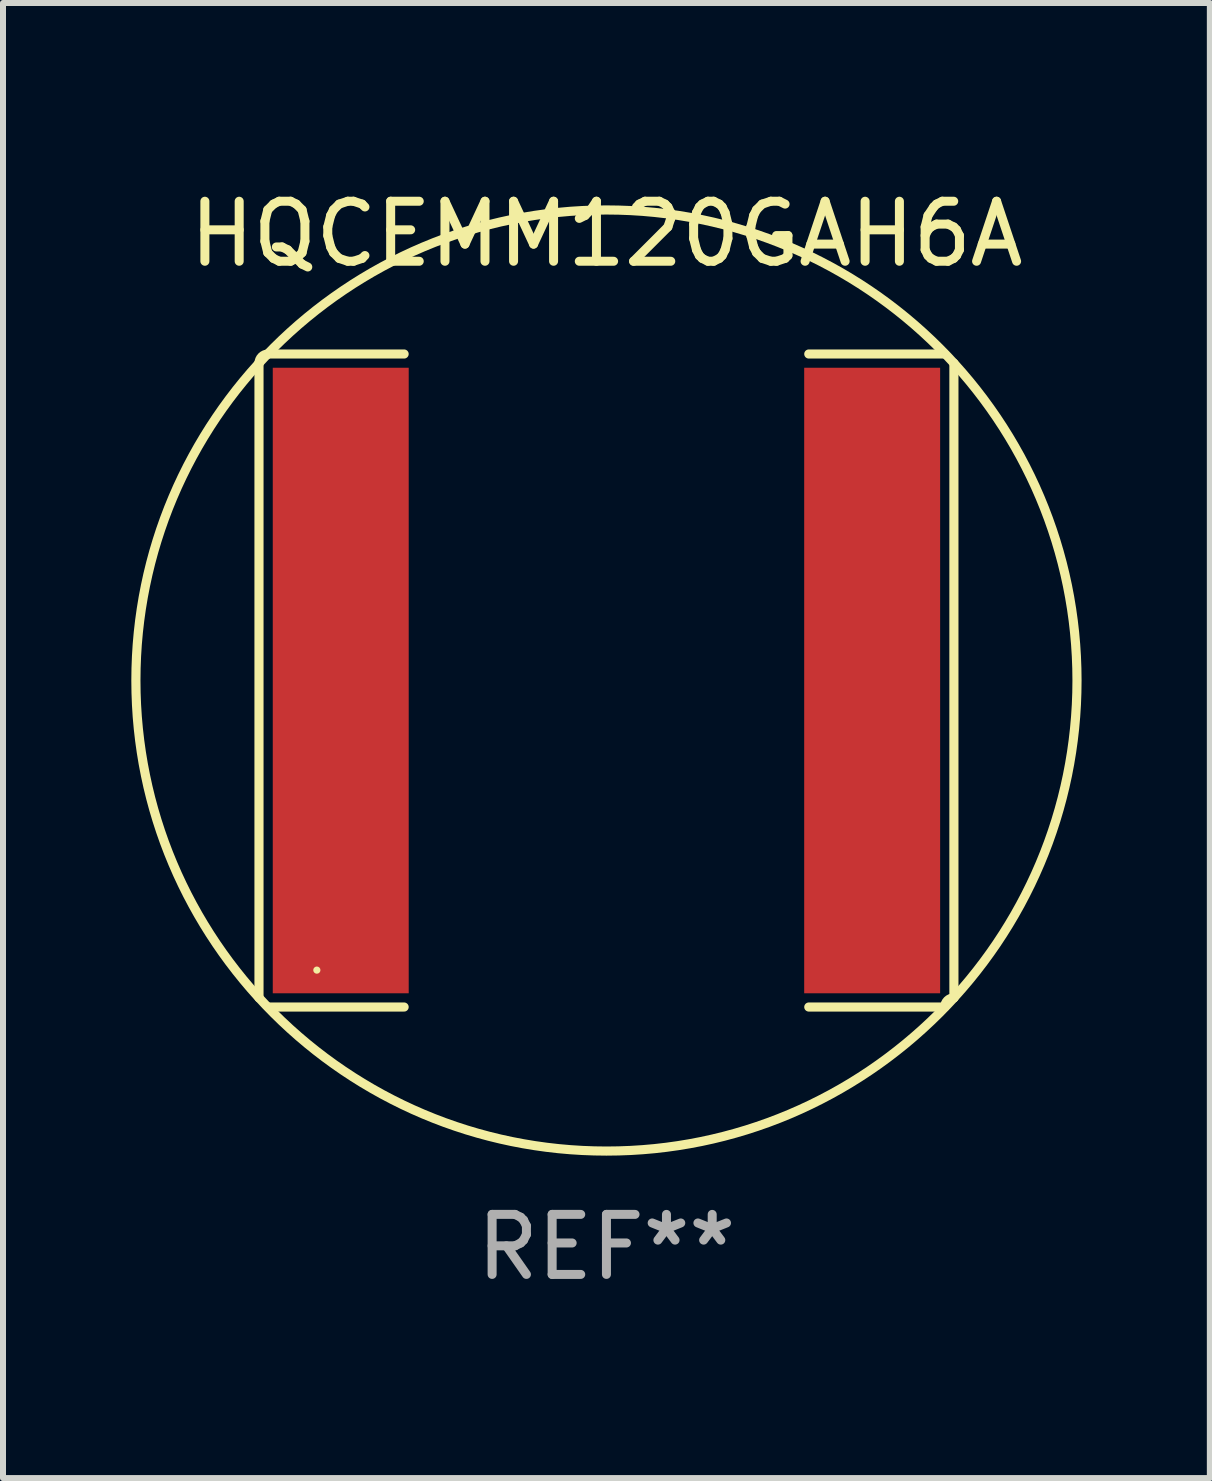
<source format=kicad_pcb>
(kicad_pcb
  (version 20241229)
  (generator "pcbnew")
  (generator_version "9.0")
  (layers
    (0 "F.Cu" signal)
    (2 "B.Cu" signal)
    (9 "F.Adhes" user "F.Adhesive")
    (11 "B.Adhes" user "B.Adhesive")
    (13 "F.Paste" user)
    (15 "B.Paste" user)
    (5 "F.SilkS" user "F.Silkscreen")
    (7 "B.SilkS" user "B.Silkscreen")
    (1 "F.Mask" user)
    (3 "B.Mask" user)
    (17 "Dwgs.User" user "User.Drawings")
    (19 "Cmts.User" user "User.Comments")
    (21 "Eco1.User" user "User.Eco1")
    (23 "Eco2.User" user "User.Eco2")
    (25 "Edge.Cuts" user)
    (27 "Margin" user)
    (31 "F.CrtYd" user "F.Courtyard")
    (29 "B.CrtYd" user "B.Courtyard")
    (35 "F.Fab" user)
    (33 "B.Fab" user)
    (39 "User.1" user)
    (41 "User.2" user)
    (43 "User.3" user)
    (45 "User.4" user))
  (footprint "HQCEMM120GAH6A"
    (layer "F.Cu")
    (at 7.054 8.288)
    (property "Reference" "HQCEMM120GAH6A" (at 0 -7.44 0) (layer "F.SilkS") (effects (font (size 1 1) (thickness 0.15))))
    (attr through_hole)
    (fp_line (start -5.789 -5.287) (end -5.789 5.287) (stroke (width 0.152) (type solid)) (layer "F.SilkS"))
    (fp_line (start -5.636 5.44) (end -3.371 5.44) (stroke (width 0.152) (type solid)) (layer "F.SilkS"))
    (fp_line (start -3.371 -5.44) (end -5.636 -5.44) (stroke (width 0.152) (type solid)) (layer "F.SilkS"))
    (fp_line (start 3.371 -5.44) (end 5.636 -5.44) (stroke (width 0.152) (type solid)) (layer "F.SilkS"))
    (fp_line (start 5.636 5.44) (end 3.371 5.44) (stroke (width 0.152) (type solid)) (layer "F.SilkS"))
    (fp_line (start 5.789 -5.287) (end 5.789 5.287) (stroke (width 0.152) (type solid)) (layer "F.SilkS"))
    (fp_arc (start -5.7886 -5.287201) (mid -5.743963 -5.394964) (end -5.6362 -5.439601) (stroke (width 0.1524) (type solid)) (layer "F.SilkS"))
    (fp_arc (start -5.7886 5.287201) (mid 5.788578 -5.287179) (end -5.7886 5.287201) (stroke (width 0.1524) (type solid)) (layer "F.SilkS"))
    (fp_arc (start 5.6362 5.439601) (mid 5.680837 5.331838) (end 5.7886 5.287201) (stroke (width 0.1524) (type solid)) (layer "F.SilkS"))
    (fp_circle (center -4.825 4.825) (end -4.795 4.825) (stroke (width 0.06) (type solid)) (fill no) (layer "F.SilkS"))
    (fp_text user "REF**" (at 0 9.44 0) (layer "F.Fab") (effects (font (size 1 1) (thickness 0.15))))
    (pad "1" smd rect (at -4.427 0) (size 2.265 10.422) (layers "F.Cu" "F.Mask" "F.Paste"))
    (pad "2" smd rect (at 4.427 0) (size 2.265 10.422) (layers "F.Cu" "F.Mask" "F.Paste")))
  (gr_rect
    (start -3 -3)
    (end 17.107 21.576)
    (stroke (width 0.1) (type default))
    (fill no)
    (layer "Edge.Cuts")))
</source>
